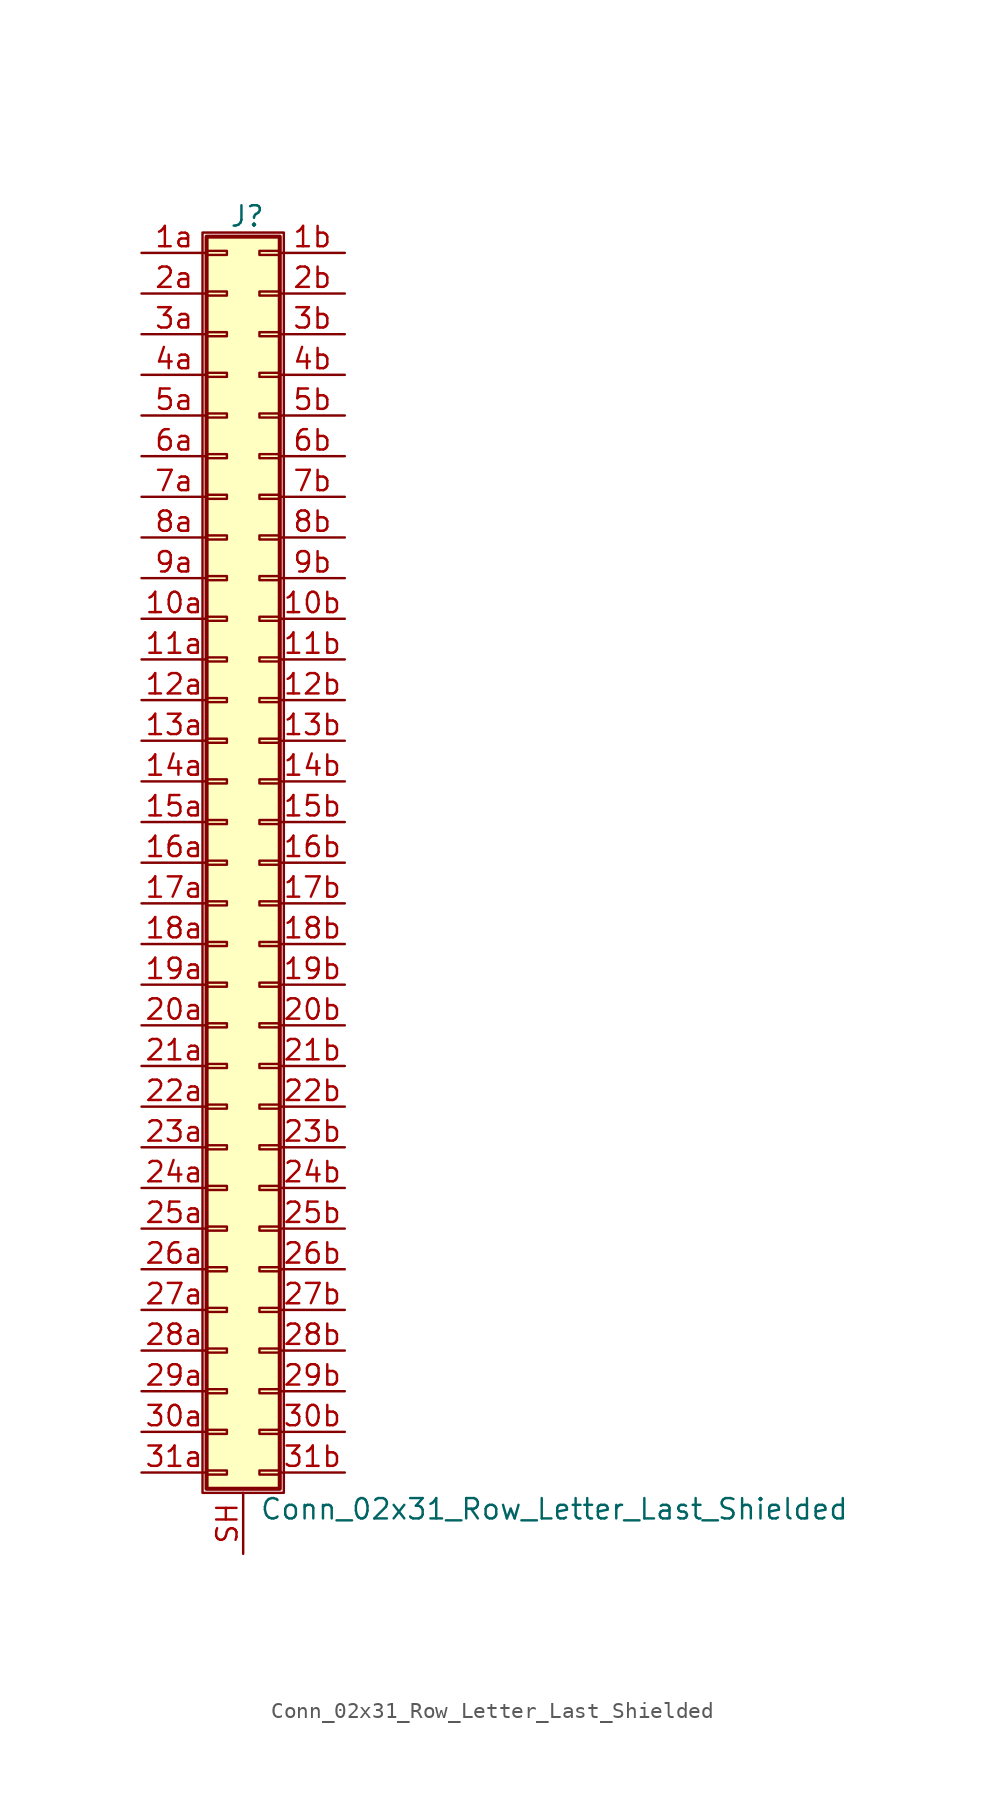
<source format=kicad_sym>
(kicad_symbol_lib
  (version 20201005)
  (generator kicad_symbol_editor)
  (symbol "Connector_Generic_Shielded:Conn_02x31_Row_Letter_Last_Shielded"
    (pin_names
      (offset 1.016) hide)
    (property "Reference" "J"
      (at 1.524 40.386 0)
      (effects (font (size 1.27 1.27))))
    (property "Value" "Conn_02x31_Row_Letter_Last_Shielded"
      (at 2.286 -40.386 0)
      (effects (font (size 1.27 1.27)) (justify left)))
    (symbol "Conn_02x31_Row_Letter_Last_Shielded_1_1"
      (rectangle (start -1.016 -27.813) (end 0.254 -28.067) (stroke (width 0.152)) (fill (type none)))
      (rectangle (start -1.016 -30.353) (end 0.254 -30.607) (stroke (width 0.152)) (fill (type none)))
      (rectangle (start -1.016 -32.893) (end 0.254 -33.147) (stroke (width 0.152)) (fill (type none)))
      (rectangle (start -1.016 -35.433) (end 0.254 -35.687) (stroke (width 0.152)) (fill (type none)))
      (rectangle (start -1.016 -37.973) (end 0.254 -38.227) (stroke (width 0.152)) (fill (type none)))
      (rectangle (start -1.016 -4.953) (end 0.254 -5.207) (stroke (width 0.152)) (fill (type none)))
      (rectangle (start -1.016 -7.493) (end 0.254 -7.747) (stroke (width 0.152)) (fill (type none)))
      (rectangle (start -1.016 -10.033) (end 0.254 -10.287) (stroke (width 0.152)) (fill (type none)))
      (rectangle (start -1.016 -12.573) (end 0.254 -12.827) (stroke (width 0.152)) (fill (type none)))
      (rectangle (start -1.016 -15.113) (end 0.254 -15.367) (stroke (width 0.152)) (fill (type none)))
      (rectangle (start -1.016 -17.653) (end 0.254 -17.907) (stroke (width 0.152)) (fill (type none)))
      (rectangle (start -1.016 -20.193) (end 0.254 -20.447) (stroke (width 0.152)) (fill (type none)))
      (rectangle (start -1.016 -22.733) (end 0.254 -22.987) (stroke (width 0.152)) (fill (type none)))
      (rectangle (start -1.016 -2.413) (end 0.254 -2.667) (stroke (width 0.152)) (fill (type none)))
      (rectangle (start -1.016 -25.273) (end 0.254 -25.527) (stroke (width 0.152)) (fill (type none)))
      (rectangle (start -1.016 25.527) (end 0.254 25.273) (stroke (width 0.152)) (fill (type none)))
      (rectangle (start -1.016 2.667) (end 0.254 2.413) (stroke (width 0.152)) (fill (type none)))
      (rectangle (start -1.016 28.067) (end 0.254 27.813) (stroke (width 0.152)) (fill (type none)))
      (rectangle (start -1.016 30.607) (end 0.254 30.353) (stroke (width 0.152)) (fill (type none)))
      (rectangle (start -1.016 33.147) (end 0.254 32.893) (stroke (width 0.152)) (fill (type none)))
      (rectangle (start -1.016 35.687) (end 0.254 35.433) (stroke (width 0.152)) (fill (type none)))
      (rectangle (start -1.016 38.227) (end 0.254 37.973) (stroke (width 0.152)) (fill (type none)))
      (rectangle (start -1.016 39.116) (end 3.556 -39.116) (stroke (width 0.254)) (fill (type background)))
      (rectangle (start -1.016 5.207) (end 0.254 4.953) (stroke (width 0.152)) (fill (type none)))
      (rectangle (start -1.016 7.747) (end 0.254 7.493) (stroke (width 0.152)) (fill (type none)))
      (rectangle (start -1.016 10.287) (end 0.254 10.033) (stroke (width 0.152)) (fill (type none)))
      (rectangle (start -1.016 0.127) (end 0.254 -0.127) (stroke (width 0.152)) (fill (type none)))
      (rectangle (start -1.016 12.827) (end 0.254 12.573) (stroke (width 0.152)) (fill (type none)))
      (rectangle (start -1.016 15.367) (end 0.254 15.113) (stroke (width 0.152)) (fill (type none)))
      (rectangle (start -1.016 17.907) (end 0.254 17.653) (stroke (width 0.152)) (fill (type none)))
      (rectangle (start -1.016 20.447) (end 0.254 20.193) (stroke (width 0.152)) (fill (type none)))
      (rectangle (start -1.016 22.987) (end 0.254 22.733) (stroke (width 0.152)) (fill (type none)))
      (rectangle (start -1.27 39.37) (end 3.81 -39.37) (stroke (width 0.152)) (fill (type none)))
      (rectangle (start 3.556 -27.813) (end 2.286 -28.067) (stroke (width 0.152)) (fill (type none)))
      (rectangle (start 3.556 -30.353) (end 2.286 -30.607) (stroke (width 0.152)) (fill (type none)))
      (rectangle (start 3.556 -32.893) (end 2.286 -33.147) (stroke (width 0.152)) (fill (type none)))
      (rectangle (start 3.556 -35.433) (end 2.286 -35.687) (stroke (width 0.152)) (fill (type none)))
      (rectangle (start 3.556 -37.973) (end 2.286 -38.227) (stroke (width 0.152)) (fill (type none)))
      (rectangle (start 3.556 -4.953) (end 2.286 -5.207) (stroke (width 0.152)) (fill (type none)))
      (rectangle (start 3.556 -7.493) (end 2.286 -7.747) (stroke (width 0.152)) (fill (type none)))
      (rectangle (start 3.556 -10.033) (end 2.286 -10.287) (stroke (width 0.152)) (fill (type none)))
      (rectangle (start 3.556 -12.573) (end 2.286 -12.827) (stroke (width 0.152)) (fill (type none)))
      (rectangle (start 3.556 -15.113) (end 2.286 -15.367) (stroke (width 0.152)) (fill (type none)))
      (rectangle (start 3.556 -17.653) (end 2.286 -17.907) (stroke (width 0.152)) (fill (type none)))
      (rectangle (start 3.556 -20.193) (end 2.286 -20.447) (stroke (width 0.152)) (fill (type none)))
      (rectangle (start 3.556 -22.733) (end 2.286 -22.987) (stroke (width 0.152)) (fill (type none)))
      (rectangle (start 3.556 -2.413) (end 2.286 -2.667) (stroke (width 0.152)) (fill (type none)))
      (rectangle (start 3.556 -25.273) (end 2.286 -25.527) (stroke (width 0.152)) (fill (type none)))
      (rectangle (start 3.556 25.527) (end 2.286 25.273) (stroke (width 0.152)) (fill (type none)))
      (rectangle (start 3.556 2.667) (end 2.286 2.413) (stroke (width 0.152)) (fill (type none)))
      (rectangle (start 3.556 28.067) (end 2.286 27.813) (stroke (width 0.152)) (fill (type none)))
      (rectangle (start 3.556 30.607) (end 2.286 30.353) (stroke (width 0.152)) (fill (type none)))
      (rectangle (start 3.556 33.147) (end 2.286 32.893) (stroke (width 0.152)) (fill (type none)))
      (rectangle (start 3.556 35.687) (end 2.286 35.433) (stroke (width 0.152)) (fill (type none)))
      (rectangle (start 3.556 38.227) (end 2.286 37.973) (stroke (width 0.152)) (fill (type none)))
      (rectangle (start 3.556 5.207) (end 2.286 4.953) (stroke (width 0.152)) (fill (type none)))
      (rectangle (start 3.556 7.747) (end 2.286 7.493) (stroke (width 0.152)) (fill (type none)))
      (rectangle (start 3.556 10.287) (end 2.286 10.033) (stroke (width 0.152)) (fill (type none)))
      (rectangle (start 3.556 0.127) (end 2.286 -0.127) (stroke (width 0.152)) (fill (type none)))
      (rectangle (start 3.556 12.827) (end 2.286 12.573) (stroke (width 0.152)) (fill (type none)))
      (rectangle (start 3.556 15.367) (end 2.286 15.113) (stroke (width 0.152)) (fill (type none)))
      (rectangle (start 3.556 17.907) (end 2.286 17.653) (stroke (width 0.152)) (fill (type none)))
      (rectangle (start 3.556 20.447) (end 2.286 20.193) (stroke (width 0.152)) (fill (type none)))
      (rectangle (start 3.556 22.987) (end 2.286 22.733) (stroke (width 0.152)) (fill (type none)))
      (pin passive line (at -5.08 15.24 0) (length 4.064) (name "Pin_10a" (effects (font (size 1.27 1.27)))) (number "10a" (effects (font (size 1.27 1.27)))))
      (pin passive line (at 7.62 15.24 180) (length 4.064) (name "Pin_10b" (effects (font (size 1.27 1.27)))) (number "10b" (effects (font (size 1.27 1.27)))))
      (pin passive line (at -5.08 12.7 0) (length 4.064) (name "Pin_11a" (effects (font (size 1.27 1.27)))) (number "11a" (effects (font (size 1.27 1.27)))))
      (pin passive line (at 7.62 12.7 180) (length 4.064) (name "Pin_11b" (effects (font (size 1.27 1.27)))) (number "11b" (effects (font (size 1.27 1.27)))))
      (pin passive line (at -5.08 10.16 0) (length 4.064) (name "Pin_12a" (effects (font (size 1.27 1.27)))) (number "12a" (effects (font (size 1.27 1.27)))))
      (pin passive line (at 7.62 10.16 180) (length 4.064) (name "Pin_12b" (effects (font (size 1.27 1.27)))) (number "12b" (effects (font (size 1.27 1.27)))))
      (pin passive line (at -5.08 7.62 0) (length 4.064) (name "Pin_13a" (effects (font (size 1.27 1.27)))) (number "13a" (effects (font (size 1.27 1.27)))))
      (pin passive line (at 7.62 7.62 180) (length 4.064) (name "Pin_13b" (effects (font (size 1.27 1.27)))) (number "13b" (effects (font (size 1.27 1.27)))))
      (pin passive line (at -5.08 5.08 0) (length 4.064) (name "Pin_14a" (effects (font (size 1.27 1.27)))) (number "14a" (effects (font (size 1.27 1.27)))))
      (pin passive line (at 7.62 5.08 180) (length 4.064) (name "Pin_14b" (effects (font (size 1.27 1.27)))) (number "14b" (effects (font (size 1.27 1.27)))))
      (pin passive line (at -5.08 2.54 0) (length 4.064) (name "Pin_15a" (effects (font (size 1.27 1.27)))) (number "15a" (effects (font (size 1.27 1.27)))))
      (pin passive line (at 7.62 2.54 180) (length 4.064) (name "Pin_15b" (effects (font (size 1.27 1.27)))) (number "15b" (effects (font (size 1.27 1.27)))))
      (pin passive line (at -5.08 0 0) (length 4.064) (name "Pin_16a" (effects (font (size 1.27 1.27)))) (number "16a" (effects (font (size 1.27 1.27)))))
      (pin passive line (at 7.62 0 180) (length 4.064) (name "Pin_16b" (effects (font (size 1.27 1.27)))) (number "16b" (effects (font (size 1.27 1.27)))))
      (pin passive line (at -5.08 -2.54 0) (length 4.064) (name "Pin_17a" (effects (font (size 1.27 1.27)))) (number "17a" (effects (font (size 1.27 1.27)))))
      (pin passive line (at 7.62 -2.54 180) (length 4.064) (name "Pin_17b" (effects (font (size 1.27 1.27)))) (number "17b" (effects (font (size 1.27 1.27)))))
      (pin passive line (at -5.08 -5.08 0) (length 4.064) (name "Pin_18a" (effects (font (size 1.27 1.27)))) (number "18a" (effects (font (size 1.27 1.27)))))
      (pin passive line (at 7.62 -5.08 180) (length 4.064) (name "Pin_18b" (effects (font (size 1.27 1.27)))) (number "18b" (effects (font (size 1.27 1.27)))))
      (pin passive line (at -5.08 -7.62 0) (length 4.064) (name "Pin_19a" (effects (font (size 1.27 1.27)))) (number "19a" (effects (font (size 1.27 1.27)))))
      (pin passive line (at 7.62 -7.62 180) (length 4.064) (name "Pin_19b" (effects (font (size 1.27 1.27)))) (number "19b" (effects (font (size 1.27 1.27)))))
      (pin passive line (at -5.08 38.1 0) (length 4.064) (name "Pin_1a" (effects (font (size 1.27 1.27)))) (number "1a" (effects (font (size 1.27 1.27)))))
      (pin passive line (at 7.62 38.1 180) (length 4.064) (name "Pin_1b" (effects (font (size 1.27 1.27)))) (number "1b" (effects (font (size 1.27 1.27)))))
      (pin passive line (at -5.08 -10.16 0) (length 4.064) (name "Pin_20a" (effects (font (size 1.27 1.27)))) (number "20a" (effects (font (size 1.27 1.27)))))
      (pin passive line (at 7.62 -10.16 180) (length 4.064) (name "Pin_20b" (effects (font (size 1.27 1.27)))) (number "20b" (effects (font (size 1.27 1.27)))))
      (pin passive line (at -5.08 -12.7 0) (length 4.064) (name "Pin_21a" (effects (font (size 1.27 1.27)))) (number "21a" (effects (font (size 1.27 1.27)))))
      (pin passive line (at 7.62 -12.7 180) (length 4.064) (name "Pin_21b" (effects (font (size 1.27 1.27)))) (number "21b" (effects (font (size 1.27 1.27)))))
      (pin passive line (at -5.08 -15.24 0) (length 4.064) (name "Pin_22a" (effects (font (size 1.27 1.27)))) (number "22a" (effects (font (size 1.27 1.27)))))
      (pin passive line (at 7.62 -15.24 180) (length 4.064) (name "Pin_22b" (effects (font (size 1.27 1.27)))) (number "22b" (effects (font (size 1.27 1.27)))))
      (pin passive line (at -5.08 -17.78 0) (length 4.064) (name "Pin_23a" (effects (font (size 1.27 1.27)))) (number "23a" (effects (font (size 1.27 1.27)))))
      (pin passive line (at 7.62 -17.78 180) (length 4.064) (name "Pin_23b" (effects (font (size 1.27 1.27)))) (number "23b" (effects (font (size 1.27 1.27)))))
      (pin passive line (at -5.08 -20.32 0) (length 4.064) (name "Pin_24a" (effects (font (size 1.27 1.27)))) (number "24a" (effects (font (size 1.27 1.27)))))
      (pin passive line (at 7.62 -20.32 180) (length 4.064) (name "Pin_24b" (effects (font (size 1.27 1.27)))) (number "24b" (effects (font (size 1.27 1.27)))))
      (pin passive line (at -5.08 -22.86 0) (length 4.064) (name "Pin_25a" (effects (font (size 1.27 1.27)))) (number "25a" (effects (font (size 1.27 1.27)))))
      (pin passive line (at 7.62 -22.86 180) (length 4.064) (name "Pin_25b" (effects (font (size 1.27 1.27)))) (number "25b" (effects (font (size 1.27 1.27)))))
      (pin passive line (at -5.08 -25.4 0) (length 4.064) (name "Pin_26a" (effects (font (size 1.27 1.27)))) (number "26a" (effects (font (size 1.27 1.27)))))
      (pin passive line (at 7.62 -25.4 180) (length 4.064) (name "Pin_26b" (effects (font (size 1.27 1.27)))) (number "26b" (effects (font (size 1.27 1.27)))))
      (pin passive line (at -5.08 -27.94 0) (length 4.064) (name "Pin_27a" (effects (font (size 1.27 1.27)))) (number "27a" (effects (font (size 1.27 1.27)))))
      (pin passive line (at 7.62 -27.94 180) (length 4.064) (name "Pin_27b" (effects (font (size 1.27 1.27)))) (number "27b" (effects (font (size 1.27 1.27)))))
      (pin passive line (at -5.08 -30.48 0) (length 4.064) (name "Pin_28a" (effects (font (size 1.27 1.27)))) (number "28a" (effects (font (size 1.27 1.27)))))
      (pin passive line (at 7.62 -30.48 180) (length 4.064) (name "Pin_28b" (effects (font (size 1.27 1.27)))) (number "28b" (effects (font (size 1.27 1.27)))))
      (pin passive line (at -5.08 -33.02 0) (length 4.064) (name "Pin_29a" (effects (font (size 1.27 1.27)))) (number "29a" (effects (font (size 1.27 1.27)))))
      (pin passive line (at 7.62 -33.02 180) (length 4.064) (name "Pin_29b" (effects (font (size 1.27 1.27)))) (number "29b" (effects (font (size 1.27 1.27)))))
      (pin passive line (at -5.08 35.56 0) (length 4.064) (name "Pin_2a" (effects (font (size 1.27 1.27)))) (number "2a" (effects (font (size 1.27 1.27)))))
      (pin passive line (at 7.62 35.56 180) (length 4.064) (name "Pin_2b" (effects (font (size 1.27 1.27)))) (number "2b" (effects (font (size 1.27 1.27)))))
      (pin passive line (at -5.08 -35.56 0) (length 4.064) (name "Pin_30a" (effects (font (size 1.27 1.27)))) (number "30a" (effects (font (size 1.27 1.27)))))
      (pin passive line (at 7.62 -35.56 180) (length 4.064) (name "Pin_30b" (effects (font (size 1.27 1.27)))) (number "30b" (effects (font (size 1.27 1.27)))))
      (pin passive line (at -5.08 -38.1 0) (length 4.064) (name "Pin_31a" (effects (font (size 1.27 1.27)))) (number "31a" (effects (font (size 1.27 1.27)))))
      (pin passive line (at 7.62 -38.1 180) (length 4.064) (name "Pin_31b" (effects (font (size 1.27 1.27)))) (number "31b" (effects (font (size 1.27 1.27)))))
      (pin passive line (at -5.08 33.02 0) (length 4.064) (name "Pin_3a" (effects (font (size 1.27 1.27)))) (number "3a" (effects (font (size 1.27 1.27)))))
      (pin passive line (at 7.62 33.02 180) (length 4.064) (name "Pin_3b" (effects (font (size 1.27 1.27)))) (number "3b" (effects (font (size 1.27 1.27)))))
      (pin passive line (at -5.08 30.48 0) (length 4.064) (name "Pin_4a" (effects (font (size 1.27 1.27)))) (number "4a" (effects (font (size 1.27 1.27)))))
      (pin passive line (at 7.62 30.48 180) (length 4.064) (name "Pin_4b" (effects (font (size 1.27 1.27)))) (number "4b" (effects (font (size 1.27 1.27)))))
      (pin passive line (at -5.08 27.94 0) (length 4.064) (name "Pin_5a" (effects (font (size 1.27 1.27)))) (number "5a" (effects (font (size 1.27 1.27)))))
      (pin passive line (at 7.62 27.94 180) (length 4.064) (name "Pin_5b" (effects (font (size 1.27 1.27)))) (number "5b" (effects (font (size 1.27 1.27)))))
      (pin passive line (at -5.08 25.4 0) (length 4.064) (name "Pin_6a" (effects (font (size 1.27 1.27)))) (number "6a" (effects (font (size 1.27 1.27)))))
      (pin passive line (at 7.62 25.4 180) (length 4.064) (name "Pin_6b" (effects (font (size 1.27 1.27)))) (number "6b" (effects (font (size 1.27 1.27)))))
      (pin passive line (at -5.08 22.86 0) (length 4.064) (name "Pin_7a" (effects (font (size 1.27 1.27)))) (number "7a" (effects (font (size 1.27 1.27)))))
      (pin passive line (at 7.62 22.86 180) (length 4.064) (name "Pin_7b" (effects (font (size 1.27 1.27)))) (number "7b" (effects (font (size 1.27 1.27)))))
      (pin passive line (at -5.08 20.32 0) (length 4.064) (name "Pin_8a" (effects (font (size 1.27 1.27)))) (number "8a" (effects (font (size 1.27 1.27)))))
      (pin passive line (at 7.62 20.32 180) (length 4.064) (name "Pin_8b" (effects (font (size 1.27 1.27)))) (number "8b" (effects (font (size 1.27 1.27)))))
      (pin passive line (at -5.08 17.78 0) (length 4.064) (name "Pin_9a" (effects (font (size 1.27 1.27)))) (number "9a" (effects (font (size 1.27 1.27)))))
      (pin passive line (at 7.62 17.78 180) (length 4.064) (name "Pin_9b" (effects (font (size 1.27 1.27)))) (number "9b" (effects (font (size 1.27 1.27)))))
      (pin passive line (at 1.27 -43.18 90) (length 3.81) (name "Shield" (effects (font (size 1.27 1.27)))) (number "SH" (effects (font (size 1.27 1.27))))))))
</source>
